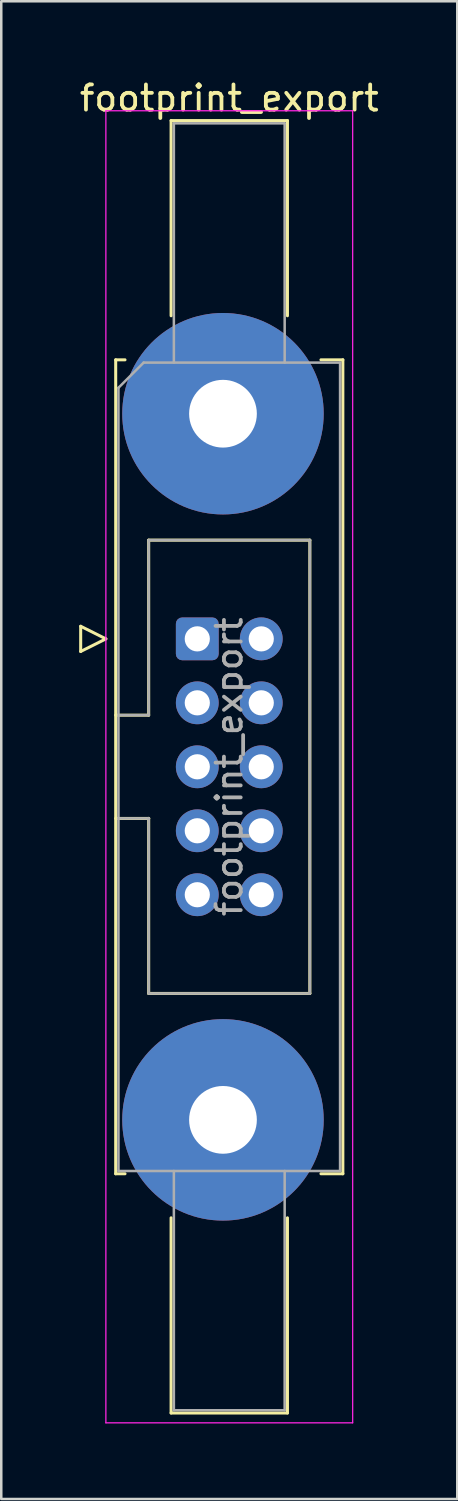
<source format=kicad_pcb>
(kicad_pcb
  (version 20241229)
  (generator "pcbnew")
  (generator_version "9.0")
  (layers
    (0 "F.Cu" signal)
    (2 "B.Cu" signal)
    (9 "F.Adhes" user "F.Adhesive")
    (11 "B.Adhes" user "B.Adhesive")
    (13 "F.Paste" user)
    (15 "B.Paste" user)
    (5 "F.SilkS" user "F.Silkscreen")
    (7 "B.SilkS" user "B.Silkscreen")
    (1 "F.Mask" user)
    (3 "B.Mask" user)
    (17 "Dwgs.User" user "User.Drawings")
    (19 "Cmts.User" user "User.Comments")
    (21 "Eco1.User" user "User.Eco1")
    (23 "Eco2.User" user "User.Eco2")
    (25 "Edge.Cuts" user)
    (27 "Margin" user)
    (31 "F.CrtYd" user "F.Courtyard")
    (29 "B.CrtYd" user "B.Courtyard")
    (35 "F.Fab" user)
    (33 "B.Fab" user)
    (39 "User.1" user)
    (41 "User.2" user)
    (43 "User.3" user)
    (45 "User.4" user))
  (footprint "footprint_export"
    (layer "F.Cu")
    (at 4.784 22.318)
    (property "Reference" "footprint_export" (at 1.27 -21.47 0) (layer "F.SilkS") (effects (font (size 1 1) (thickness 0.15))))
    (attr through_hole)
    (fp_line (start -4.63 -0.5) (end -4.63 0.5) (stroke (width 0.12) (type solid)) (layer "F.SilkS"))
    (fp_line (start -4.63 0.5) (end -3.63 0) (stroke (width 0.12) (type solid)) (layer "F.SilkS"))
    (fp_line (start -3.63 0) (end -4.63 -0.5) (stroke (width 0.12) (type solid)) (layer "F.SilkS"))
    (fp_line (start -3.24 -11.08) (end -3.24 21.24) (stroke (width 0.12) (type solid)) (layer "F.SilkS"))
    (fp_line (start -3.24 3.03) (end -1.93 3.03) (stroke (width 0.12) (type solid)) (layer "F.SilkS"))
    (fp_line (start -3.24 21.24) (end -2.87 21.24) (stroke (width 0.12) (type solid)) (layer "F.SilkS"))
    (fp_line (start -2.87 -11.08) (end -3.24 -11.08) (stroke (width 0.12) (type solid)) (layer "F.SilkS"))
    (fp_line (start -1.93 -3.92) (end 4.47 -3.92) (stroke (width 0.12) (type solid)) (layer "F.SilkS"))
    (fp_line (start -1.93 3.03) (end -1.93 -3.92) (stroke (width 0.12) (type solid)) (layer "F.SilkS"))
    (fp_line (start -1.93 7.13) (end -3.24 7.13) (stroke (width 0.12) (type solid)) (layer "F.SilkS"))
    (fp_line (start -1.93 7.13) (end -1.93 7.13) (stroke (width 0.12) (type solid)) (layer "F.SilkS"))
    (fp_line (start -1.93 14.08) (end -1.93 7.13) (stroke (width 0.12) (type solid)) (layer "F.SilkS"))
    (fp_line (start -1.04 -20.58) (end 3.58 -20.58) (stroke (width 0.12) (type solid)) (layer "F.SilkS"))
    (fp_line (start -1.04 -12.83) (end -1.04 -20.58) (stroke (width 0.12) (type solid)) (layer "F.SilkS"))
    (fp_line (start -1.04 22.99) (end -1.04 30.74) (stroke (width 0.12) (type solid)) (layer "F.SilkS"))
    (fp_line (start -1.04 30.74) (end 3.58 30.74) (stroke (width 0.12) (type solid)) (layer "F.SilkS"))
    (fp_line (start 3.58 -20.58) (end 3.58 -12.83) (stroke (width 0.12) (type solid)) (layer "F.SilkS"))
    (fp_line (start 3.58 30.74) (end 3.58 22.99) (stroke (width 0.12) (type solid)) (layer "F.SilkS"))
    (fp_line (start 4.47 -3.92) (end 4.47 14.08) (stroke (width 0.12) (type solid)) (layer "F.SilkS"))
    (fp_line (start 4.47 14.08) (end -1.93 14.08) (stroke (width 0.12) (type solid)) (layer "F.SilkS"))
    (fp_line (start 4.91 -11.08) (end 5.78 -11.08) (stroke (width 0.12) (type solid)) (layer "F.SilkS"))
    (fp_line (start 5.78 -11.08) (end 5.78 21.24) (stroke (width 0.12) (type solid)) (layer "F.SilkS"))
    (fp_line (start 5.78 21.24) (end 4.91 21.24) (stroke (width 0.12) (type solid)) (layer "F.SilkS"))
    (fp_line (start -3.63 -20.97) (end -3.63 31.13) (stroke (width 0.05) (type solid)) (layer "F.CrtYd"))
    (fp_line (start -3.63 31.13) (end 6.17 31.13) (stroke (width 0.05) (type solid)) (layer "F.CrtYd"))
    (fp_line (start 6.17 -20.97) (end -3.63 -20.97) (stroke (width 0.05) (type solid)) (layer "F.CrtYd"))
    (fp_line (start 6.17 31.13) (end 6.17 -20.97) (stroke (width 0.05) (type solid)) (layer "F.CrtYd"))
    (fp_line (start -3.13 -9.97) (end -2.13 -10.97) (stroke (width 0.1) (type solid)) (layer "F.Fab"))
    (fp_line (start -3.13 3.03) (end -1.93 3.03) (stroke (width 0.1) (type solid)) (layer "F.Fab"))
    (fp_line (start -3.13 21.13) (end -3.13 -9.97) (stroke (width 0.1) (type solid)) (layer "F.Fab"))
    (fp_line (start -2.13 -10.97) (end 5.67 -10.97) (stroke (width 0.1) (type solid)) (layer "F.Fab"))
    (fp_line (start -1.93 -3.92) (end 4.47 -3.92) (stroke (width 0.1) (type solid)) (layer "F.Fab"))
    (fp_line (start -1.93 3.03) (end -1.93 -3.92) (stroke (width 0.1) (type solid)) (layer "F.Fab"))
    (fp_line (start -1.93 7.13) (end -3.13 7.13) (stroke (width 0.1) (type solid)) (layer "F.Fab"))
    (fp_line (start -1.93 7.13) (end -1.93 7.13) (stroke (width 0.1) (type solid)) (layer "F.Fab"))
    (fp_line (start -1.93 14.08) (end -1.93 7.13) (stroke (width 0.1) (type solid)) (layer "F.Fab"))
    (fp_line (start -0.93 -20.47) (end 3.47 -20.47) (stroke (width 0.1) (type solid)) (layer "F.Fab"))
    (fp_line (start -0.93 -10.97) (end -0.93 -20.47) (stroke (width 0.1) (type solid)) (layer "F.Fab"))
    (fp_line (start -0.93 21.13) (end -0.93 30.63) (stroke (width 0.1) (type solid)) (layer "F.Fab"))
    (fp_line (start -0.93 30.63) (end 3.47 30.63) (stroke (width 0.1) (type solid)) (layer "F.Fab"))
    (fp_line (start 3.47 -20.47) (end 3.47 -10.97) (stroke (width 0.1) (type solid)) (layer "F.Fab"))
    (fp_line (start 3.47 30.63) (end 3.47 21.13) (stroke (width 0.1) (type solid)) (layer "F.Fab"))
    (fp_line (start 4.47 -3.92) (end 4.47 14.08) (stroke (width 0.1) (type solid)) (layer "F.Fab"))
    (fp_line (start 4.47 14.08) (end -1.93 14.08) (stroke (width 0.1) (type solid)) (layer "F.Fab"))
    (fp_line (start 5.67 -10.97) (end 5.67 21.13) (stroke (width 0.1) (type solid)) (layer "F.Fab"))
    (fp_line (start 5.67 21.13) (end -3.13 21.13) (stroke (width 0.1) (type solid)) (layer "F.Fab"))
    (fp_text user "${REFERENCE}" (at 1.27 5.08 90) (layer "F.Fab") (effects (font (size 1 1) (thickness 0.15))))
    (pad "1" thru_hole roundrect (at 0 0) (size 1.7 1.7) (drill 1) (layers "*.Cu" "*.Mask") (roundrect_rratio 0.147))
    (pad "2" thru_hole circle (at 2.54 0) (size 1.7 1.7) (drill 1) (layers "*.Cu" "*.Mask"))
    (pad "3" thru_hole circle (at 0 2.54) (size 1.7 1.7) (drill 1) (layers "*.Cu" "*.Mask"))
    (pad "4" thru_hole circle (at 2.54 2.54) (size 1.7 1.7) (drill 1) (layers "*.Cu" "*.Mask"))
    (pad "5" thru_hole circle (at 0 5.08) (size 1.7 1.7) (drill 1) (layers "*.Cu" "*.Mask"))
    (pad "6" thru_hole circle (at 2.54 5.08) (size 1.7 1.7) (drill 1) (layers "*.Cu" "*.Mask"))
    (pad "7" thru_hole circle (at 0 7.62) (size 1.7 1.7) (drill 1) (layers "*.Cu" "*.Mask"))
    (pad "8" thru_hole circle (at 2.54 7.62) (size 1.7 1.7) (drill 1) (layers "*.Cu" "*.Mask"))
    (pad "9" thru_hole circle (at 0 10.16) (size 1.7 1.7) (drill 1) (layers "*.Cu" "*.Mask"))
    (pad "10" thru_hole circle (at 2.54 10.16) (size 1.7 1.7) (drill 1) (layers "*.Cu" "*.Mask"))
    (pad "MP" thru_hole circle (at 1.02 -8.94) (size 8 8) (drill 2.69) (layers "*.Cu" "*.Mask"))
    (pad "MP" thru_hole circle (at 1.02 19.1) (size 8 8) (drill 2.69) (layers "*.Cu" "*.Mask")))
  (gr_rect
    (start -3 -3)
    (end 15.107 56.473)
    (stroke (width 0.1) (type default))
    (fill no)
    (layer "Edge.Cuts")))
</source>
